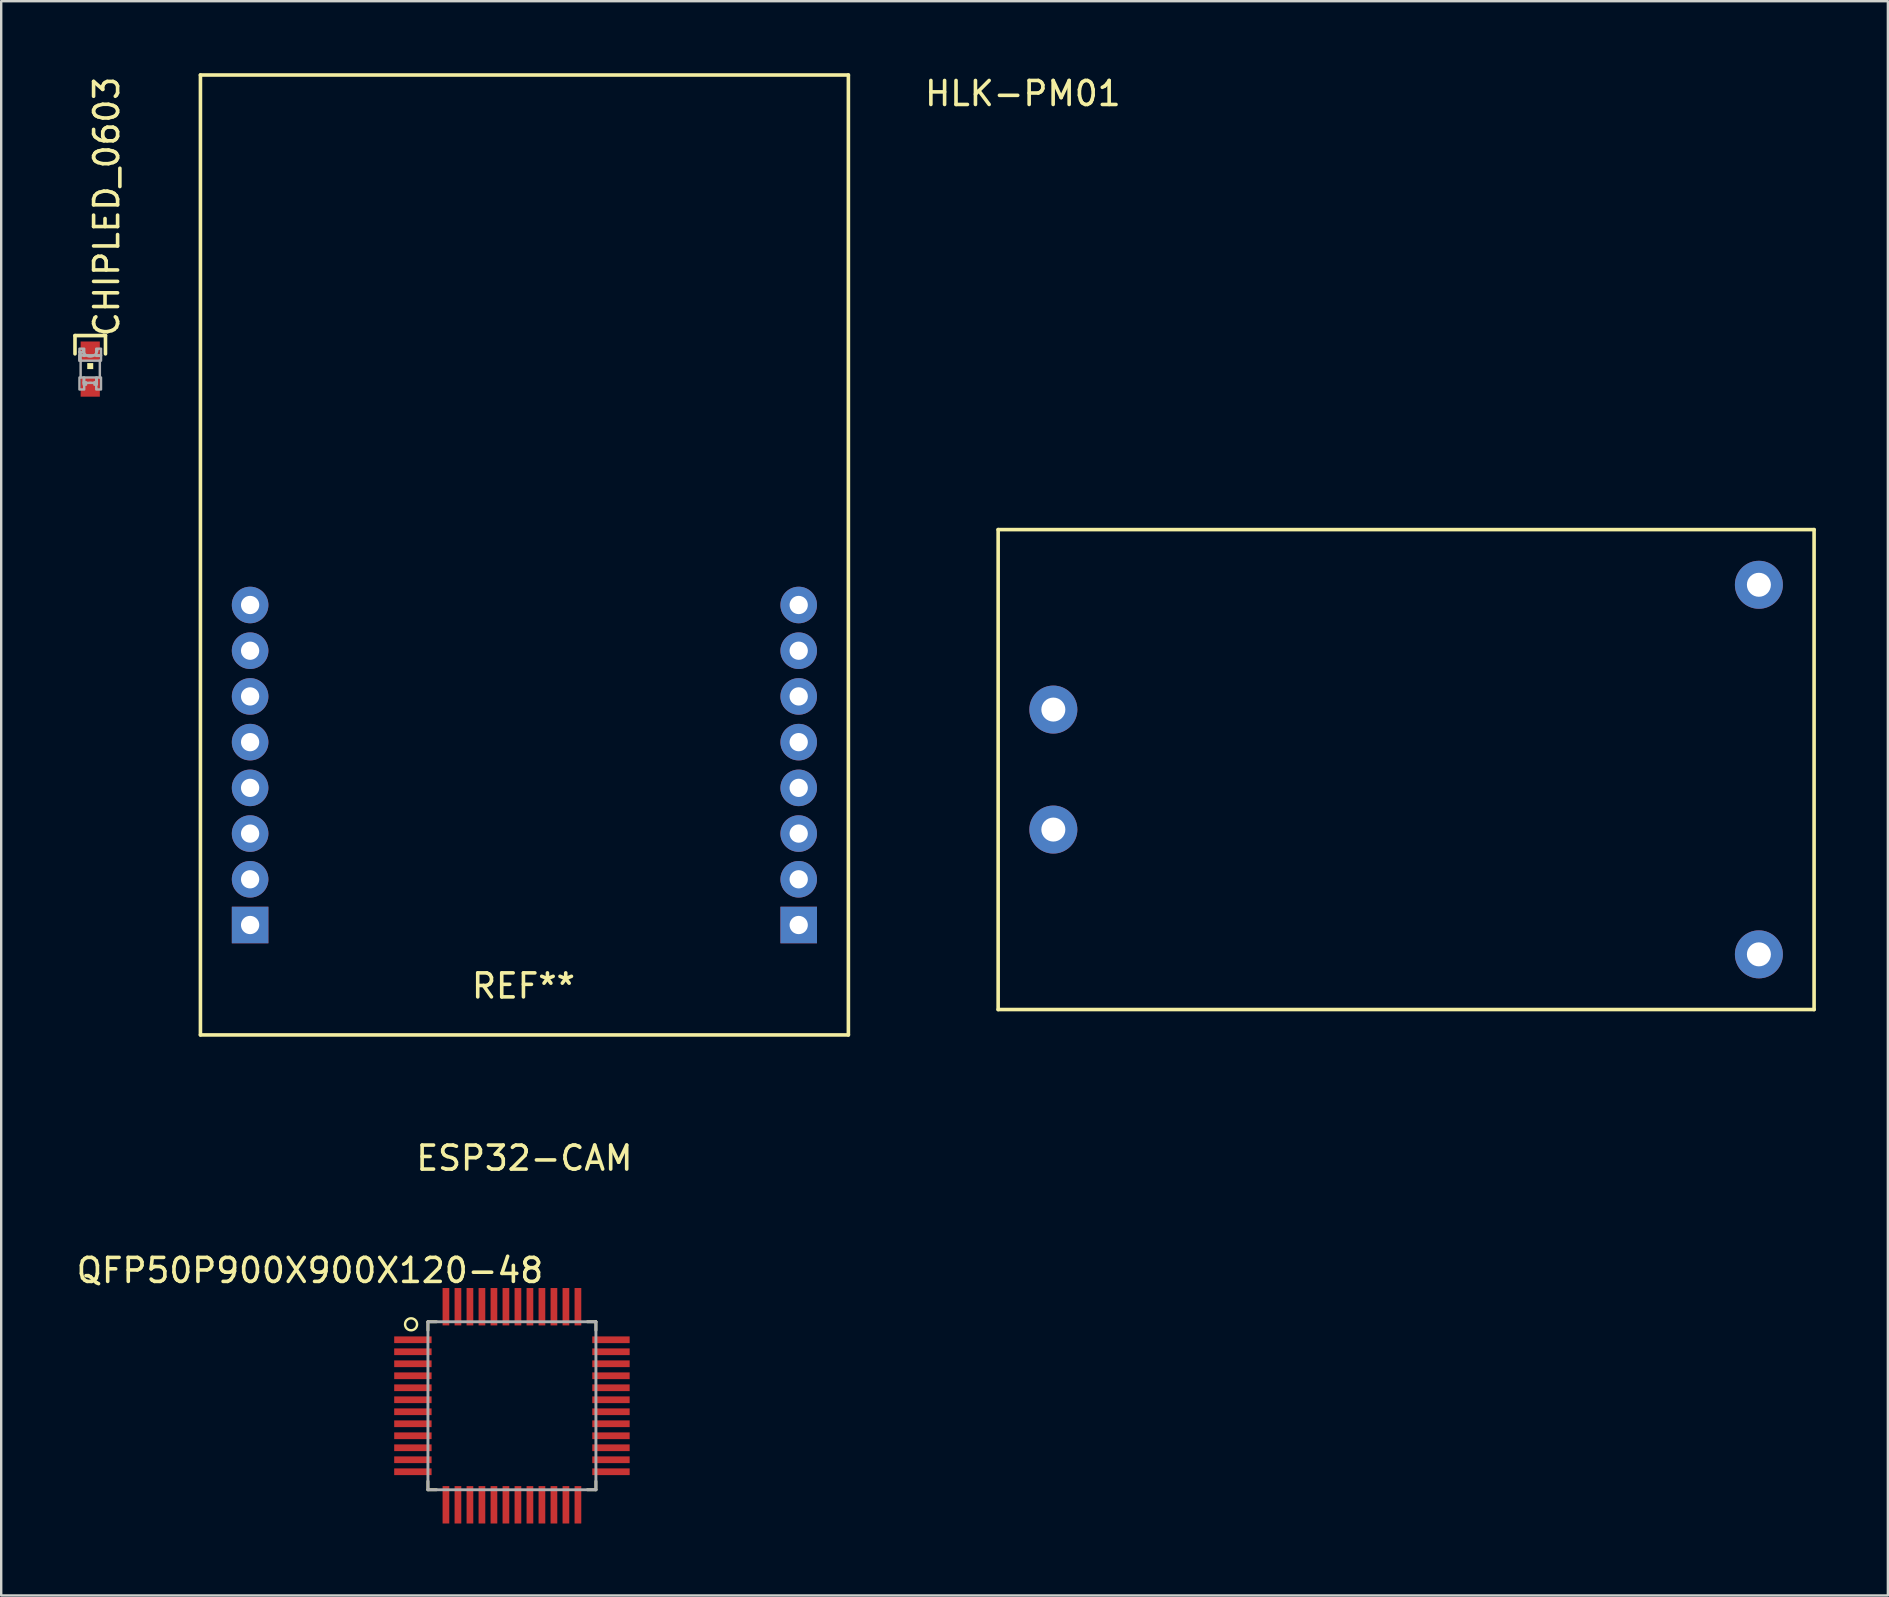
<source format=kicad_pcb>
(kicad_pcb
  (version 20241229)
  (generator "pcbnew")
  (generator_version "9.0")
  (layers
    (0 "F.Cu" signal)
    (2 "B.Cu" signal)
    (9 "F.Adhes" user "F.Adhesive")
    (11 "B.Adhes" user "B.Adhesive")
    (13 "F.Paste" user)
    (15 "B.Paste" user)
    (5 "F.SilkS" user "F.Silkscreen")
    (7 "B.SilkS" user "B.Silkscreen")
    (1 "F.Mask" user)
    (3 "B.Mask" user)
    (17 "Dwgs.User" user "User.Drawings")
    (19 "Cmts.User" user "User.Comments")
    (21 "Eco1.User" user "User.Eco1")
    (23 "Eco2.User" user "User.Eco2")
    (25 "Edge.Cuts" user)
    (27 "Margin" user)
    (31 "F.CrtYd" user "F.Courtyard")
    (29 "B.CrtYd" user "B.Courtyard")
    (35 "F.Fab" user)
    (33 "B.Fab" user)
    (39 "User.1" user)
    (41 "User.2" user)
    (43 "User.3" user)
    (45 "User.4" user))
  (footprint "ESP32-CAM"
    (layer "F.Cu")
    (at 18.802 35.495)
    (property "Reference" "ESP32-CAM" (at 0 9.715 180) (layer "F.SilkS") (effects (font (size 1 1) (thickness 0.15))))
    (attr through_hole)
    (fp_line (start -13.5 -35.42) (end -13.5 4.58) (stroke (width 0.15) (type solid)) (layer "F.SilkS"))
    (fp_line (start -13.5 -35.42) (end 13.5 -35.42) (stroke (width 0.15) (type solid)) (layer "F.SilkS"))
    (fp_line (start -13.5 4.58) (end 13.5 4.58) (stroke (width 0.15) (type solid)) (layer "F.SilkS"))
    (fp_line (start 13.5 4.58) (end 13.5 -35.42) (stroke (width 0.15) (type solid)) (layer "F.SilkS"))
    (fp_text user "REF**" (at -0.04 2.54 180) (layer "F.SilkS") (effects (font (size 1 1) (thickness 0.15))))
    (pad "1" thru_hole rect (at 11.43 0 180) (size 1.524 1.524) (drill 0.762) (layers "*.Cu" "*.Mask"))
    (pad "2" thru_hole circle (at 11.43 -1.905 180) (size 1.524 1.524) (drill 0.762) (layers "*.Cu" "*.Mask"))
    (pad "3" thru_hole circle (at 11.43 -3.81 180) (size 1.524 1.524) (drill 0.762) (layers "*.Cu" "*.Mask"))
    (pad "4" thru_hole circle (at 11.43 -5.715 180) (size 1.524 1.524) (drill 0.762) (layers "*.Cu" "*.Mask"))
    (pad "5" thru_hole circle (at 11.43 -7.62 180) (size 1.524 1.524) (drill 0.762) (layers "*.Cu" "*.Mask"))
    (pad "6" thru_hole circle (at 11.43 -9.525 180) (size 1.524 1.524) (drill 0.762) (layers "*.Cu" "*.Mask"))
    (pad "7" thru_hole circle (at 11.43 -11.43 180) (size 1.524 1.524) (drill 0.762) (layers "*.Cu" "*.Mask"))
    (pad "8" thru_hole circle (at 11.43 -13.335 180) (size 1.524 1.524) (drill 0.762) (layers "*.Cu" "*.Mask"))
    (pad "9" thru_hole circle (at -11.43 -13.335 180) (size 1.524 1.524) (drill 0.762) (layers "*.Cu" "*.Mask"))
    (pad "10" thru_hole circle (at -11.43 -11.43 180) (size 1.524 1.524) (drill 0.762) (layers "*.Cu" "*.Mask"))
    (pad "11" thru_hole circle (at -11.43 -9.525 180) (size 1.524 1.524) (drill 0.762) (layers "*.Cu" "*.Mask"))
    (pad "12" thru_hole circle (at -11.43 -7.62 180) (size 1.524 1.524) (drill 0.762) (layers "*.Cu" "*.Mask"))
    (pad "13" thru_hole circle (at -11.43 -5.715 180) (size 1.524 1.524) (drill 0.762) (layers "*.Cu" "*.Mask"))
    (pad "14" thru_hole circle (at -11.43 -3.81 180) (size 1.524 1.524) (drill 0.762) (layers "*.Cu" "*.Mask"))
    (pad "15" thru_hole circle (at -11.43 -1.905 180) (size 1.524 1.524) (drill 0.762) (layers "*.Cu" "*.Mask"))
    (pad "16" thru_hole rect (at -11.43 0 180) (size 1.524 1.524) (drill 0.762) (layers "*.Cu" "*.Mask")))
  (footprint "CHIPLED_0603"
    (layer "F.Cu")
    (at 0.71 12.33)
    (property "Reference" "CHIPLED_0603" (at 1.27 -1.27 270) (layer "F.SilkS") (effects (font (size 1 1) (thickness 0.15)) (justify left bottom)))
    (attr through_hole)
    (fp_line (start -0.635 -1.397) (end 0.635 -1.397) (stroke (width 0.15) (type solid)) (layer "F.SilkS"))
    (fp_line (start -0.635 -0.635) (end -0.635 -1.397) (stroke (width 0.15) (type solid)) (layer "F.SilkS"))
    (fp_line (start 0.635 -1.397) (end 0.635 -0.635) (stroke (width 0.15) (type solid)) (layer "F.SilkS"))
    (fp_poly (pts (xy -0.125 0) (xy 0.125 0) (xy 0.125 -0.25) (xy -0.125 -0.25)) (stroke (width 0) (type solid)) (fill yes) (layer "F.SilkS"))
    (fp_line (start -0.4 -0.375) (end -0.4 0.35) (stroke (width 0.102) (type solid)) (layer "F.Fab"))
    (fp_line (start 0.4 -0.35) (end 0.4 0.35) (stroke (width 0.102) (type solid)) (layer "F.Fab"))
    (fp_arc (start -0.275 0.825) (mid 0 0.55) (end 0.275 0.825) (stroke (width 0.0508) (type solid)) (layer "F.Fab"))
    (fp_arc (start 0.3 -0.825) (mid 0 -0.525) (end -0.3 -0.825) (stroke (width 0.1016) (type solid)) (layer "F.Fab"))
    (fp_circle (center -0.35 -0.625) (end -0.275 -0.625) (stroke (width 0.051) (type solid)) (fill no) (layer "F.Fab"))
    (fp_poly (pts (xy -0.45 -0.7) (xy -0.25 -0.7) (xy -0.25 -0.85) (xy -0.45 -0.85)) (stroke (width 0.1) (type solid)) (fill no) (layer "F.Fab"))
    (fp_poly (pts (xy -0.45 -0.35) (xy -0.4 -0.35) (xy -0.4 -0.725) (xy -0.45 -0.725)) (stroke (width 0.1) (type solid)) (fill no) (layer "F.Fab"))
    (fp_poly (pts (xy -0.45 -0.35) (xy 0.45 -0.35) (xy 0.45 -0.575) (xy -0.45 -0.575)) (stroke (width 0.1) (type solid)) (fill no) (layer "F.Fab"))
    (fp_poly (pts (xy -0.45 0.85) (xy -0.25 0.85) (xy -0.25 0.35) (xy -0.45 0.35)) (stroke (width 0.1) (type solid)) (fill no) (layer "F.Fab"))
    (fp_poly (pts (xy -0.275 -0.55) (xy -0.225 -0.55) (xy -0.225 -0.6) (xy -0.275 -0.6)) (stroke (width 0.1) (type solid)) (fill no) (layer "F.Fab"))
    (fp_poly (pts (xy -0.275 0.575) (xy 0.275 0.575) (xy 0.275 0.35) (xy -0.275 0.35)) (stroke (width 0.1) (type solid)) (fill no) (layer "F.Fab"))
    (fp_poly (pts (xy -0.275 0.65) (xy -0.175 0.65) (xy -0.175 0.55) (xy -0.275 0.55)) (stroke (width 0.1) (type solid)) (fill no) (layer "F.Fab"))
    (fp_poly (pts (xy 0.175 0.65) (xy 0.275 0.65) (xy 0.275 0.55) (xy 0.175 0.55)) (stroke (width 0.1) (type solid)) (fill no) (layer "F.Fab"))
    (fp_poly (pts (xy 0.25 -0.55) (xy 0.45 -0.55) (xy 0.45 -0.85) (xy 0.25 -0.85)) (stroke (width 0.1) (type solid)) (fill no) (layer "F.Fab"))
    (fp_poly (pts (xy 0.25 0.85) (xy 0.45 0.85) (xy 0.45 0.35) (xy 0.25 0.35)) (stroke (width 0.1) (type solid)) (fill no) (layer "F.Fab"))
    (pad "1" smd rect (at 0 -0.75) (size 0.8 0.8) (layers "F.Cu" "F.Mask" "F.Paste"))
    (pad "2" smd rect (at 0 0.75) (size 0.8 0.8) (layers "F.Cu" "F.Mask" "F.Paste")))
  (footprint "HLK-PM01"
    (layer "F.Cu")
    (at 40.843 29.018)
    (property "Reference" "HLK-PM01" (at -1.27 -28.17 0) (unlocked yes) (layer "F.SilkS") (effects (font (size 1 1) (thickness 0.15))))
    (attr through_hole)
    (fp_line (start -2.3 -10) (end -2.3 10) (stroke (width 0.15) (type default)) (layer "F.SilkS"))
    (fp_line (start -2.3 10) (end 31.7 10) (stroke (width 0.15) (type default)) (layer "F.SilkS"))
    (fp_line (start 31.7 -10) (end -2.3 -10) (stroke (width 0.15) (type default)) (layer "F.SilkS"))
    (fp_line (start 31.7 10) (end 31.7 -10) (stroke (width 0.15) (type default)) (layer "F.SilkS"))
    (pad "1" thru_hole circle (at 0 -2.5) (size 2 2) (drill 1) (layers "*.Cu" "*.Mask"))
    (pad "2" thru_hole circle (at 0 2.5) (size 2 2) (drill 1) (layers "*.Cu" "*.Mask"))
    (pad "3" thru_hole circle (at 29.4 7.7) (size 2 2) (drill 1) (layers "*.Cu" "*.Mask"))
    (pad "4" thru_hole circle (at 29.4 -7.7) (size 2 2) (drill 1) (layers "*.Cu" "*.Mask")))
  (footprint "QFP50P900X900X120-48"
    (layer "F.Cu")
    (at 18.282 55.528)
    (property "Reference" "QFP50P900X900X120-48" (at 1.397 -6.223 180) (layer "F.SilkS") (effects (font (size 1 1) (thickness 0.15)) (justify right top)))
    (attr through_hole)
    (fp_line (start -3.5 -3.5) (end -3.144 -3.5) (stroke (width 0.12) (type solid)) (layer "F.SilkS"))
    (fp_line (start -3.5 -3.144) (end -3.5 -3.5) (stroke (width 0.12) (type solid)) (layer "F.SilkS"))
    (fp_line (start -3.5 3.144) (end -3.5 3.5) (stroke (width 0.12) (type solid)) (layer "F.SilkS"))
    (fp_line (start -3.5 3.5) (end -3.144 3.5) (stroke (width 0.12) (type solid)) (layer "F.SilkS"))
    (fp_line (start 3.5 -3.5) (end 3.144 -3.5) (stroke (width 0.12) (type solid)) (layer "F.SilkS"))
    (fp_line (start 3.5 -3.144) (end 3.5 -3.5) (stroke (width 0.12) (type solid)) (layer "F.SilkS"))
    (fp_line (start 3.5 3.144) (end 3.5 3.5) (stroke (width 0.12) (type solid)) (layer "F.SilkS"))
    (fp_line (start 3.5 3.5) (end 3.144 3.5) (stroke (width 0.12) (type solid)) (layer "F.SilkS"))
    (fp_circle (center -4.203 -3.394) (end -3.953 -3.394) (stroke (width 0.1) (type solid)) (fill no) (layer "F.SilkS"))
    (fp_line (start -3.5 -3.5) (end 3.5 -3.5) (stroke (width 0.12) (type solid)) (layer "F.Fab"))
    (fp_line (start -3.5 3.5) (end -3.5 -3.5) (stroke (width 0.12) (type solid)) (layer "F.Fab"))
    (fp_line (start 3.5 -3.5) (end 3.5 3.5) (stroke (width 0.12) (type solid)) (layer "F.Fab"))
    (fp_line (start 3.5 3.5) (end -3.5 3.5) (stroke (width 0.12) (type solid)) (layer "F.Fab"))
    (pad "1" smd rect (at -4.127 -2.75) (size 1.558 0.28) (layers "F.Cu" "F.Mask" "F.Paste"))
    (pad "2" smd rect (at -4.127 -2.25) (size 1.558 0.28) (layers "F.Cu" "F.Mask" "F.Paste"))
    (pad "3" smd rect (at -4.127 -1.75) (size 1.558 0.28) (layers "F.Cu" "F.Mask" "F.Paste"))
    (pad "4" smd rect (at -4.127 -1.25) (size 1.558 0.28) (layers "F.Cu" "F.Mask" "F.Paste"))
    (pad "5" smd rect (at -4.127 -0.75) (size 1.558 0.28) (layers "F.Cu" "F.Mask" "F.Paste"))
    (pad "6" smd rect (at -4.127 -0.25) (size 1.558 0.28) (layers "F.Cu" "F.Mask" "F.Paste"))
    (pad "7" smd rect (at -4.127 0.25) (size 1.558 0.28) (layers "F.Cu" "F.Mask" "F.Paste"))
    (pad "8" smd rect (at -4.127 0.75) (size 1.558 0.28) (layers "F.Cu" "F.Mask" "F.Paste"))
    (pad "9" smd rect (at -4.127 1.25) (size 1.558 0.28) (layers "F.Cu" "F.Mask" "F.Paste"))
    (pad "10" smd rect (at -4.127 1.75) (size 1.558 0.28) (layers "F.Cu" "F.Mask" "F.Paste"))
    (pad "11" smd rect (at -4.127 2.25) (size 1.558 0.28) (layers "F.Cu" "F.Mask" "F.Paste"))
    (pad "12" smd rect (at -4.127 2.75) (size 1.558 0.28) (layers "F.Cu" "F.Mask" "F.Paste"))
    (pad "13" smd rect (at -2.75 4.127 90) (size 1.558 0.28) (layers "F.Cu" "F.Mask" "F.Paste"))
    (pad "14" smd rect (at -2.25 4.127 90) (size 1.558 0.28) (layers "F.Cu" "F.Mask" "F.Paste"))
    (pad "15" smd rect (at -1.75 4.127 90) (size 1.558 0.28) (layers "F.Cu" "F.Mask" "F.Paste"))
    (pad "16" smd rect (at -1.25 4.127 90) (size 1.558 0.28) (layers "F.Cu" "F.Mask" "F.Paste"))
    (pad "17" smd rect (at -0.75 4.127 90) (size 1.558 0.28) (layers "F.Cu" "F.Mask" "F.Paste"))
    (pad "18" smd rect (at -0.25 4.127 90) (size 1.558 0.28) (layers "F.Cu" "F.Mask" "F.Paste"))
    (pad "19" smd rect (at 0.25 4.127 90) (size 1.558 0.28) (layers "F.Cu" "F.Mask" "F.Paste"))
    (pad "20" smd rect (at 0.75 4.127 90) (size 1.558 0.28) (layers "F.Cu" "F.Mask" "F.Paste"))
    (pad "21" smd rect (at 1.25 4.127 90) (size 1.558 0.28) (layers "F.Cu" "F.Mask" "F.Paste"))
    (pad "22" smd rect (at 1.75 4.127 90) (size 1.558 0.28) (layers "F.Cu" "F.Mask" "F.Paste"))
    (pad "23" smd rect (at 2.25 4.127 90) (size 1.558 0.28) (layers "F.Cu" "F.Mask" "F.Paste"))
    (pad "24" smd rect (at 2.75 4.127 90) (size 1.558 0.28) (layers "F.Cu" "F.Mask" "F.Paste"))
    (pad "25" smd rect (at 4.127 2.75) (size 1.558 0.28) (layers "F.Cu" "F.Mask" "F.Paste"))
    (pad "26" smd rect (at 4.127 2.25) (size 1.558 0.28) (layers "F.Cu" "F.Mask" "F.Paste"))
    (pad "27" smd rect (at 4.127 1.75) (size 1.558 0.28) (layers "F.Cu" "F.Mask" "F.Paste"))
    (pad "28" smd rect (at 4.127 1.25) (size 1.558 0.28) (layers "F.Cu" "F.Mask" "F.Paste"))
    (pad "29" smd rect (at 4.127 0.75) (size 1.558 0.28) (layers "F.Cu" "F.Mask" "F.Paste"))
    (pad "30" smd rect (at 4.127 0.25) (size 1.558 0.28) (layers "F.Cu" "F.Mask" "F.Paste"))
    (pad "31" smd rect (at 4.127 -0.25) (size 1.558 0.28) (layers "F.Cu" "F.Mask" "F.Paste"))
    (pad "32" smd rect (at 4.127 -0.75) (size 1.558 0.28) (layers "F.Cu" "F.Mask" "F.Paste"))
    (pad "33" smd rect (at 4.127 -1.25) (size 1.558 0.28) (layers "F.Cu" "F.Mask" "F.Paste"))
    (pad "34" smd rect (at 4.127 -1.75) (size 1.558 0.28) (layers "F.Cu" "F.Mask" "F.Paste"))
    (pad "35" smd rect (at 4.127 -2.25) (size 1.558 0.28) (layers "F.Cu" "F.Mask" "F.Paste"))
    (pad "36" smd rect (at 4.127 -2.75) (size 1.558 0.28) (layers "F.Cu" "F.Mask" "F.Paste"))
    (pad "37" smd rect (at 2.75 -4.127 90) (size 1.558 0.28) (layers "F.Cu" "F.Mask" "F.Paste"))
    (pad "38" smd rect (at 2.25 -4.127 90) (size 1.558 0.28) (layers "F.Cu" "F.Mask" "F.Paste"))
    (pad "39" smd rect (at 1.75 -4.127 90) (size 1.558 0.28) (layers "F.Cu" "F.Mask" "F.Paste"))
    (pad "40" smd rect (at 1.25 -4.127 90) (size 1.558 0.28) (layers "F.Cu" "F.Mask" "F.Paste"))
    (pad "41" smd rect (at 0.75 -4.127 90) (size 1.558 0.28) (layers "F.Cu" "F.Mask" "F.Paste"))
    (pad "42" smd rect (at 0.25 -4.127 90) (size 1.558 0.28) (layers "F.Cu" "F.Mask" "F.Paste"))
    (pad "43" smd rect (at -0.25 -4.127 90) (size 1.558 0.28) (layers "F.Cu" "F.Mask" "F.Paste"))
    (pad "44" smd rect (at -0.75 -4.127 90) (size 1.558 0.28) (layers "F.Cu" "F.Mask" "F.Paste"))
    (pad "45" smd rect (at -1.25 -4.127 90) (size 1.558 0.28) (layers "F.Cu" "F.Mask" "F.Paste"))
    (pad "46" smd rect (at -1.75 -4.127 90) (size 1.558 0.28) (layers "F.Cu" "F.Mask" "F.Paste"))
    (pad "47" smd rect (at -2.25 -4.127 90) (size 1.558 0.28) (layers "F.Cu" "F.Mask" "F.Paste"))
    (pad "48" smd rect (at -2.75 -4.127 90) (size 1.558 0.28) (layers "F.Cu" "F.Mask" "F.Paste")))
  (gr_rect
    (start -3 -3)
    (end 75.618 63.434)
    (stroke (width 0.1) (type default))
    (fill no)
    (layer "Edge.Cuts")))
</source>
